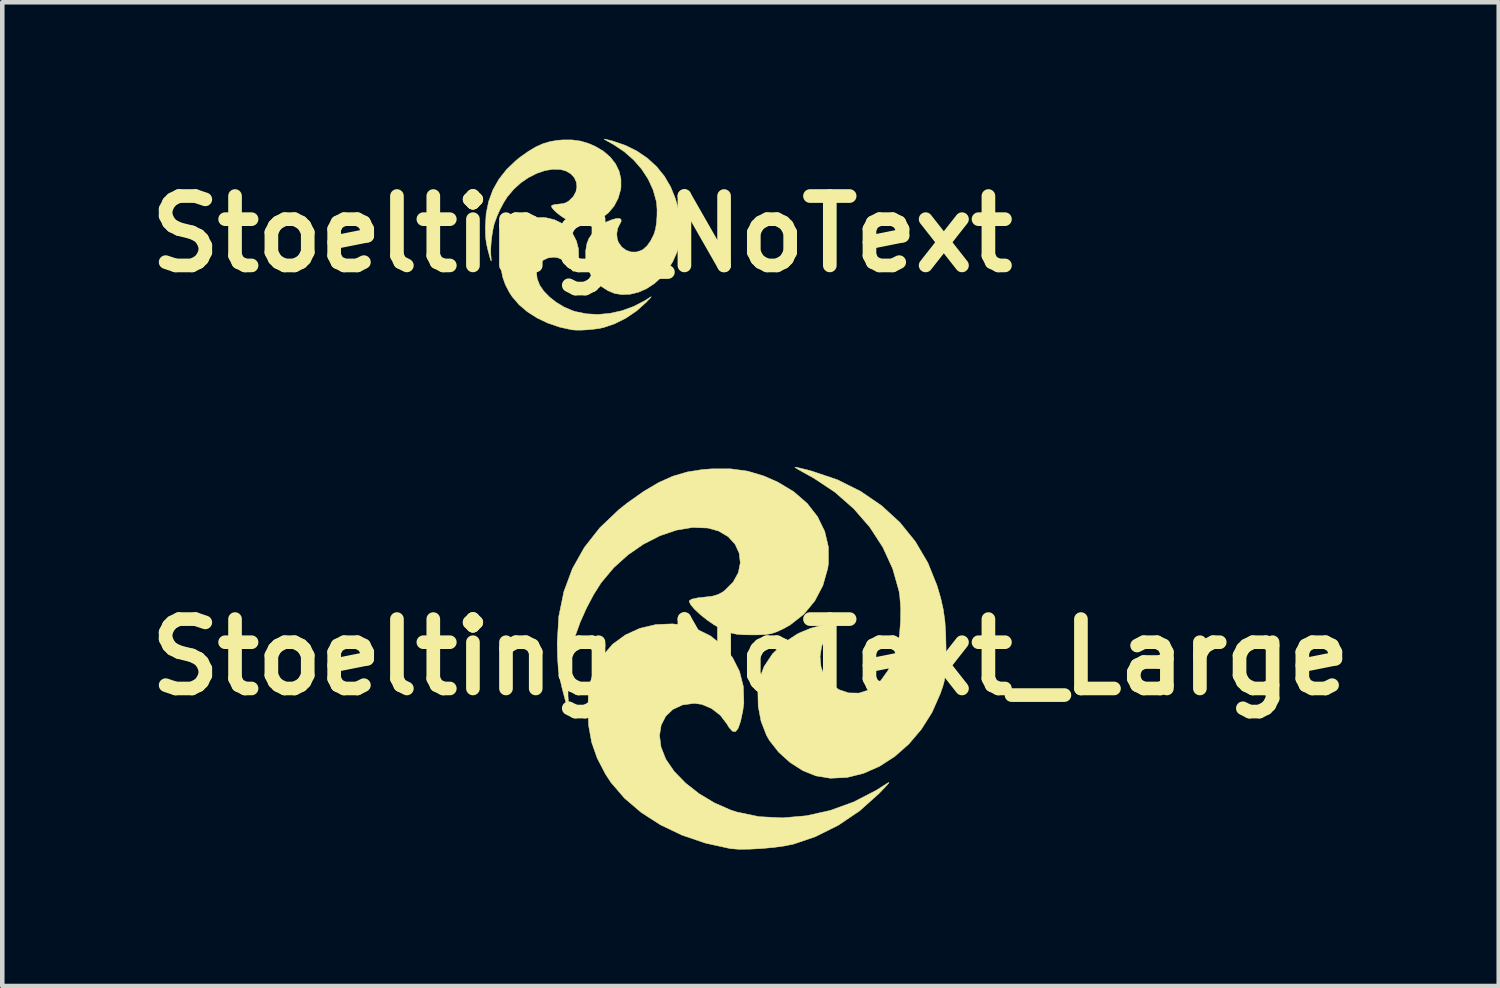
<source format=kicad_pcb>
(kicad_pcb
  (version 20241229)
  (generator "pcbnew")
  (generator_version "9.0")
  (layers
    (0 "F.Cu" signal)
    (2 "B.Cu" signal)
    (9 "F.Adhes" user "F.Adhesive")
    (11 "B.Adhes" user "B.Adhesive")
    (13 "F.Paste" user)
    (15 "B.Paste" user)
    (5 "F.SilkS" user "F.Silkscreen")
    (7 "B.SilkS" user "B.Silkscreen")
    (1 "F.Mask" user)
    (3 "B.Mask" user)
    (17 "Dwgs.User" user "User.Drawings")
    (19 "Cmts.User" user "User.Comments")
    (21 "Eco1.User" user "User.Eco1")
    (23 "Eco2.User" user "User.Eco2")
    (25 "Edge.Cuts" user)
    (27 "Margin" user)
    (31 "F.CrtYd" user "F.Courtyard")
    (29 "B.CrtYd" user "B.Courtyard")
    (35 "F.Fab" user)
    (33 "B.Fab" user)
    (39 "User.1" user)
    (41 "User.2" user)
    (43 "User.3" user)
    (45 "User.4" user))
  (footprint "Stoelting_NoText"
    (layer "F.Cu")
    (at 9.732 2.09)
    (property "Reference" "Stoelting_NoText" (at 0 0 0) (layer "F.SilkS") (effects (font (size 1.524 1.524) (thickness 0.3))))
    (attr through_hole)
    (fp_poly (pts (xy -0.784 -0.357) (xy -0.602 -0.312) (xy -0.442 -0.234) (xy -0.306 -0.127) (xy -0.198 0.005) (xy -0.121 0.156) (xy -0.078 0.324) (xy -0.073 0.503) (xy -0.084 0.591) (xy -0.11 0.707) (xy -0.136 0.783) (xy -0.165 0.818) (xy -0.198 0.814) (xy -0.236 0.772) (xy -0.258 0.736) (xy -0.331 0.64) (xy -0.427 0.565) (xy -0.535 0.519) (xy -0.617 0.508) (xy -0.747 0.525) (xy -0.852 0.574) (xy -0.931 0.65) (xy -0.981 0.747) (xy -0.999 0.861) (xy -0.983 0.987) (xy -0.93 1.12) (xy -0.93 1.122) (xy -0.839 1.255) (xy -0.714 1.383) (xy -0.564 1.501) (xy -0.396 1.602) (xy -0.218 1.679) (xy -0.15 1.702) (xy 0.095 1.752) (xy 0.352 1.766) (xy 0.614 1.742) (xy 0.877 1.684) (xy 1.133 1.591) (xy 1.378 1.465) (xy 1.46 1.412) (xy 1.501 1.386) (xy 1.52 1.376) (xy 1.515 1.387) (xy 1.485 1.421) (xy 1.426 1.482) (xy 1.408 1.501) (xy 1.198 1.689) (xy 0.963 1.848) (xy 0.711 1.973) (xy 0.474 2.053) (xy 0.376 2.074) (xy 0.254 2.09) (xy 0.121 2.103) (xy -0.011 2.11) (xy -0.128 2.11) (xy -0.217 2.104) (xy -0.222 2.103) (xy -0.495 2.043) (xy -0.752 1.955) (xy -0.988 1.842) (xy -1.2 1.707) (xy -1.383 1.551) (xy -1.532 1.377) (xy -1.592 1.287) (xy -1.684 1.11) (xy -1.744 0.938) (xy -1.777 0.756) (xy -1.786 0.572) (xy -1.78 0.414) (xy -1.762 0.284) (xy -1.726 0.17) (xy -1.67 0.058) (xy -1.623 -0.015) (xy -1.513 -0.142) (xy -1.375 -0.243) (xy -1.215 -0.316) (xy -1.04 -0.357) (xy -0.857 -0.364) (xy -0.784 -0.357)) (stroke (width 0.01) (type solid)) (fill yes) (layer "F.SilkS"))
    (fp_poly (pts (xy 0.506 -2.083) (xy 0.556 -2.072) (xy 0.63 -2.054) (xy 0.672 -2.043) (xy 0.952 -1.948) (xy 1.208 -1.821) (xy 1.438 -1.664) (xy 1.64 -1.479) (xy 1.811 -1.268) (xy 1.948 -1.033) (xy 2.049 -0.783) (xy 2.089 -0.647) (xy 2.117 -0.521) (xy 2.135 -0.392) (xy 2.144 -0.248) (xy 2.147 -0.085) (xy 2.147 0.038) (xy 2.145 0.13) (xy 2.139 0.2) (xy 2.129 0.26) (xy 2.112 0.321) (xy 2.087 0.394) (xy 2.083 0.405) (xy 1.993 0.608) (xy 1.877 0.792) (xy 1.739 0.954) (xy 1.584 1.091) (xy 1.417 1.2) (xy 1.24 1.278) (xy 1.059 1.322) (xy 0.878 1.33) (xy 0.718 1.305) (xy 0.575 1.247) (xy 0.434 1.157) (xy 0.308 1.043) (xy 0.208 0.915) (xy 0.176 0.86) (xy 0.116 0.705) (xy 0.084 0.539) (xy 0.081 0.372) (xy 0.107 0.215) (xy 0.15 0.102) (xy 0.242 -0.035) (xy 0.365 -0.156) (xy 0.511 -0.252) (xy 0.545 -0.269) (xy 0.662 -0.316) (xy 0.754 -0.341) (xy 0.82 -0.343) (xy 0.856 -0.324) (xy 0.861 -0.283) (xy 0.832 -0.221) (xy 0.823 -0.208) (xy 0.781 -0.117) (xy 0.764 -0.007) (xy 0.773 0.104) (xy 0.801 0.185) (xy 0.874 0.286) (xy 0.969 0.356) (xy 1.077 0.394) (xy 1.192 0.395) (xy 1.304 0.36) (xy 1.346 0.335) (xy 1.429 0.26) (xy 1.507 0.151) (xy 1.574 0.019) (xy 1.589 -0.019) (xy 1.617 -0.12) (xy 1.637 -0.249) (xy 1.647 -0.393) (xy 1.649 -0.536) (xy 1.64 -0.667) (xy 1.631 -0.724) (xy 1.562 -0.97) (xy 1.454 -1.205) (xy 1.31 -1.426) (xy 1.133 -1.629) (xy 0.927 -1.81) (xy 0.695 -1.965) (xy 0.647 -1.992) (xy 0.575 -2.031) (xy 0.52 -2.063) (xy 0.49 -2.082) (xy 0.487 -2.085) (xy 0.506 -2.083)) (stroke (width 0.01) (type solid)) (fill yes) (layer "F.SilkS"))
    (fp_poly (pts (xy -0.217 -2.067) (xy -0.033 -2.042) (xy 0.145 -1.989) (xy 0.296 -1.923) (xy 0.476 -1.815) (xy 0.623 -1.687) (xy 0.737 -1.541) (xy 0.815 -1.38) (xy 0.855 -1.209) (xy 0.856 -1.03) (xy 0.848 -0.974) (xy 0.794 -0.785) (xy 0.706 -0.616) (xy 0.585 -0.471) (xy 0.437 -0.354) (xy 0.36 -0.311) (xy 0.291 -0.279) (xy 0.233 -0.259) (xy 0.172 -0.248) (xy 0.093 -0.244) (xy 0.022 -0.243) (xy -0.078 -0.245) (xy -0.151 -0.251) (xy -0.212 -0.265) (xy -0.275 -0.289) (xy -0.321 -0.31) (xy -0.397 -0.353) (xy -0.476 -0.407) (xy -0.551 -0.466) (xy -0.614 -0.525) (xy -0.657 -0.576) (xy -0.673 -0.612) (xy -0.673 -0.617) (xy -0.645 -0.636) (xy -0.578 -0.651) (xy -0.514 -0.657) (xy -0.422 -0.668) (xy -0.357 -0.686) (xy -0.302 -0.717) (xy -0.286 -0.729) (xy -0.191 -0.823) (xy -0.134 -0.927) (xy -0.112 -1.035) (xy -0.124 -1.141) (xy -0.169 -1.239) (xy -0.245 -1.322) (xy -0.35 -1.384) (xy -0.468 -1.417) (xy -0.636 -1.423) (xy -0.813 -1.394) (xy -0.995 -1.332) (xy -1.175 -1.24) (xy -1.346 -1.123) (xy -1.502 -0.981) (xy -1.637 -0.82) (xy -1.642 -0.814) (xy -1.722 -0.687) (xy -1.801 -0.538) (xy -1.87 -0.382) (xy -1.923 -0.237) (xy -1.933 -0.201) (xy -1.958 -0.088) (xy -1.979 0.046) (xy -1.995 0.185) (xy -2.004 0.318) (xy -2.004 0.429) (xy -2.001 0.471) (xy -1.995 0.536) (xy -1.993 0.58) (xy -1.994 0.593) (xy -2.003 0.574) (xy -2.019 0.525) (xy -2.037 0.46) (xy -2.073 0.325) (xy -2.097 0.213) (xy -2.112 0.109) (xy -2.12 -0.005) (xy -2.122 -0.142) (xy -2.122 -0.159) (xy -2.105 -0.448) (xy -2.049 -0.719) (xy -1.956 -0.97) (xy -1.824 -1.204) (xy -1.654 -1.42) (xy -1.446 -1.618) (xy -1.353 -1.692) (xy -1.173 -1.819) (xy -1.01 -1.916) (xy -0.853 -1.986) (xy -0.695 -2.032) (xy -0.527 -2.059) (xy -0.423 -2.067) (xy -0.217 -2.067)) (stroke (width 0.01) (type solid)) (fill yes) (layer "F.SilkS")))
  (footprint "Stoelting_NoText_Large"
    (layer "F.Cu")
    (at 13.433 11.381)
    (property "Reference" "Stoelting_NoText_Large" (at 0 0 0) (layer "F.SilkS") (effects (font (size 1.524 1.524) (thickness 0.3))))
    (attr through_hole)
    (fp_poly (pts (xy -1.568 -0.714) (xy -1.204 -0.624) (xy -0.883 -0.467) (xy -0.612 -0.253) (xy -0.396 0.009) (xy -0.242 0.313) (xy -0.157 0.648) (xy -0.146 1.006) (xy -0.169 1.181) (xy -0.219 1.415) (xy -0.272 1.566) (xy -0.33 1.637) (xy -0.396 1.629) (xy -0.472 1.545) (xy -0.516 1.471) (xy -0.662 1.279) (xy -0.854 1.13) (xy -1.071 1.038) (xy -1.235 1.016) (xy -1.494 1.051) (xy -1.705 1.149) (xy -1.862 1.299) (xy -1.962 1.494) (xy -1.998 1.722) (xy -1.966 1.974) (xy -1.861 2.241) (xy -1.86 2.243) (xy -1.678 2.509) (xy -1.428 2.766) (xy -1.127 3.002) (xy -0.791 3.203) (xy -0.437 3.359) (xy -0.301 3.403) (xy 0.19 3.505) (xy 0.703 3.531) (xy 1.228 3.485) (xy 1.753 3.368) (xy 2.266 3.182) (xy 2.755 2.93) (xy 2.921 2.825) (xy 3.003 2.772) (xy 3.04 2.753) (xy 3.03 2.775) (xy 2.969 2.843) (xy 2.853 2.964) (xy 2.815 3.003) (xy 2.396 3.378) (xy 1.926 3.695) (xy 1.421 3.946) (xy 0.947 4.107) (xy 0.752 4.147) (xy 0.508 4.181) (xy 0.241 4.205) (xy -0.022 4.219) (xy -0.256 4.221) (xy -0.435 4.207) (xy -0.445 4.206) (xy -0.99 4.086) (xy -1.504 3.911) (xy -1.977 3.685) (xy -2.4 3.413) (xy -2.766 3.101) (xy -3.064 2.755) (xy -3.183 2.574) (xy -3.367 2.22) (xy -3.488 1.875) (xy -3.554 1.511) (xy -3.571 1.143) (xy -3.561 0.828) (xy -3.523 0.569) (xy -3.452 0.34) (xy -3.339 0.117) (xy -3.246 -0.03) (xy -3.026 -0.284) (xy -2.749 -0.486) (xy -2.429 -0.632) (xy -2.079 -0.714) (xy -1.715 -0.729) (xy -1.568 -0.714)) (stroke (width 0.01) (type solid)) (fill yes) (layer "F.SilkS"))
    (fp_poly (pts (xy 1.011 -4.167) (xy 1.113 -4.144) (xy 1.259 -4.108) (xy 1.344 -4.085) (xy 1.905 -3.896) (xy 2.417 -3.641) (xy 2.877 -3.327) (xy 3.28 -2.958) (xy 3.621 -2.536) (xy 3.897 -2.067) (xy 4.098 -1.566) (xy 4.178 -1.293) (xy 4.234 -1.042) (xy 4.27 -0.785) (xy 4.288 -0.496) (xy 4.295 -0.169) (xy 4.294 0.077) (xy 4.29 0.259) (xy 4.279 0.4) (xy 4.257 0.521) (xy 4.224 0.643) (xy 4.174 0.787) (xy 4.166 0.809) (xy 3.986 1.217) (xy 3.753 1.585) (xy 3.478 1.909) (xy 3.169 2.182) (xy 2.833 2.399) (xy 2.48 2.555) (xy 2.118 2.644) (xy 1.755 2.661) (xy 1.436 2.609) (xy 1.149 2.494) (xy 0.868 2.314) (xy 0.617 2.087) (xy 0.416 1.831) (xy 0.352 1.72) (xy 0.232 1.41) (xy 0.169 1.077) (xy 0.162 0.743) (xy 0.214 0.43) (xy 0.3 0.204) (xy 0.483 -0.07) (xy 0.73 -0.311) (xy 1.021 -0.503) (xy 1.09 -0.537) (xy 1.323 -0.633) (xy 1.508 -0.682) (xy 1.64 -0.687) (xy 1.713 -0.647) (xy 1.722 -0.565) (xy 1.663 -0.441) (xy 1.646 -0.416) (xy 1.561 -0.233) (xy 1.528 -0.014) (xy 1.547 0.208) (xy 1.603 0.37) (xy 1.748 0.572) (xy 1.937 0.713) (xy 2.154 0.787) (xy 2.383 0.791) (xy 2.609 0.719) (xy 2.692 0.67) (xy 2.858 0.52) (xy 3.014 0.303) (xy 3.148 0.038) (xy 3.179 -0.038) (xy 3.234 -0.24) (xy 3.273 -0.498) (xy 3.295 -0.785) (xy 3.298 -1.073) (xy 3.279 -1.334) (xy 3.262 -1.448) (xy 3.123 -1.94) (xy 2.907 -2.411) (xy 2.62 -2.853) (xy 2.267 -3.259) (xy 1.855 -3.621) (xy 1.39 -3.93) (xy 1.294 -3.983) (xy 1.15 -4.063) (xy 1.039 -4.126) (xy 0.98 -4.165) (xy 0.974 -4.17) (xy 1.011 -4.167)) (stroke (width 0.01) (type solid)) (fill yes) (layer "F.SilkS"))
    (fp_poly (pts (xy -0.435 -4.134) (xy -0.066 -4.084) (xy 0.289 -3.979) (xy 0.593 -3.846) (xy 0.951 -3.631) (xy 1.246 -3.374) (xy 1.474 -3.081) (xy 1.63 -2.76) (xy 1.711 -2.417) (xy 1.712 -2.059) (xy 1.696 -1.947) (xy 1.589 -1.57) (xy 1.411 -1.232) (xy 1.171 -0.941) (xy 0.874 -0.708) (xy 0.721 -0.622) (xy 0.581 -0.557) (xy 0.465 -0.517) (xy 0.343 -0.496) (xy 0.186 -0.488) (xy 0.043 -0.487) (xy -0.157 -0.49) (xy -0.303 -0.502) (xy -0.424 -0.529) (xy -0.55 -0.578) (xy -0.641 -0.62) (xy -0.794 -0.705) (xy -0.953 -0.814) (xy -1.102 -0.933) (xy -1.228 -1.05) (xy -1.314 -1.151) (xy -1.347 -1.224) (xy -1.345 -1.235) (xy -1.291 -1.272) (xy -1.157 -1.301) (xy -1.027 -1.315) (xy -0.844 -1.336) (xy -0.714 -1.373) (xy -0.604 -1.434) (xy -0.572 -1.457) (xy -0.382 -1.646) (xy -0.267 -1.854) (xy -0.224 -2.071) (xy -0.249 -2.283) (xy -0.339 -2.478) (xy -0.49 -2.644) (xy -0.7 -2.768) (xy -0.936 -2.834) (xy -1.271 -2.847) (xy -1.627 -2.788) (xy -1.99 -2.664) (xy -2.349 -2.481) (xy -2.691 -2.245) (xy -3.004 -1.963) (xy -3.274 -1.641) (xy -3.284 -1.627) (xy -3.444 -1.375) (xy -3.602 -1.076) (xy -3.741 -0.765) (xy -3.846 -0.474) (xy -3.867 -0.402) (xy -3.917 -0.175) (xy -3.959 0.092) (xy -3.99 0.371) (xy -4.007 0.635) (xy -4.008 0.858) (xy -4.002 0.942) (xy -3.99 1.072) (xy -3.985 1.161) (xy -3.988 1.185) (xy -4.005 1.148) (xy -4.037 1.05) (xy -4.075 0.921) (xy -4.146 0.65) (xy -4.195 0.426) (xy -4.224 0.217) (xy -4.239 -0.009) (xy -4.245 -0.285) (xy -4.245 -0.318) (xy -4.21 -0.896) (xy -4.099 -1.437) (xy -3.912 -1.941) (xy -3.649 -2.408) (xy -3.309 -2.84) (xy -2.892 -3.237) (xy -2.706 -3.384) (xy -2.346 -3.639) (xy -2.019 -3.832) (xy -1.707 -3.972) (xy -1.391 -4.065) (xy -1.053 -4.119) (xy -0.847 -4.134) (xy -0.435 -4.134)) (stroke (width 0.01) (type solid)) (fill yes) (layer "F.SilkS")))
  (gr_rect
    (start -3 -3)
    (end 29.866 18.606)
    (stroke (width 0.1) (type default))
    (fill no)
    (layer "Edge.Cuts")))
</source>
